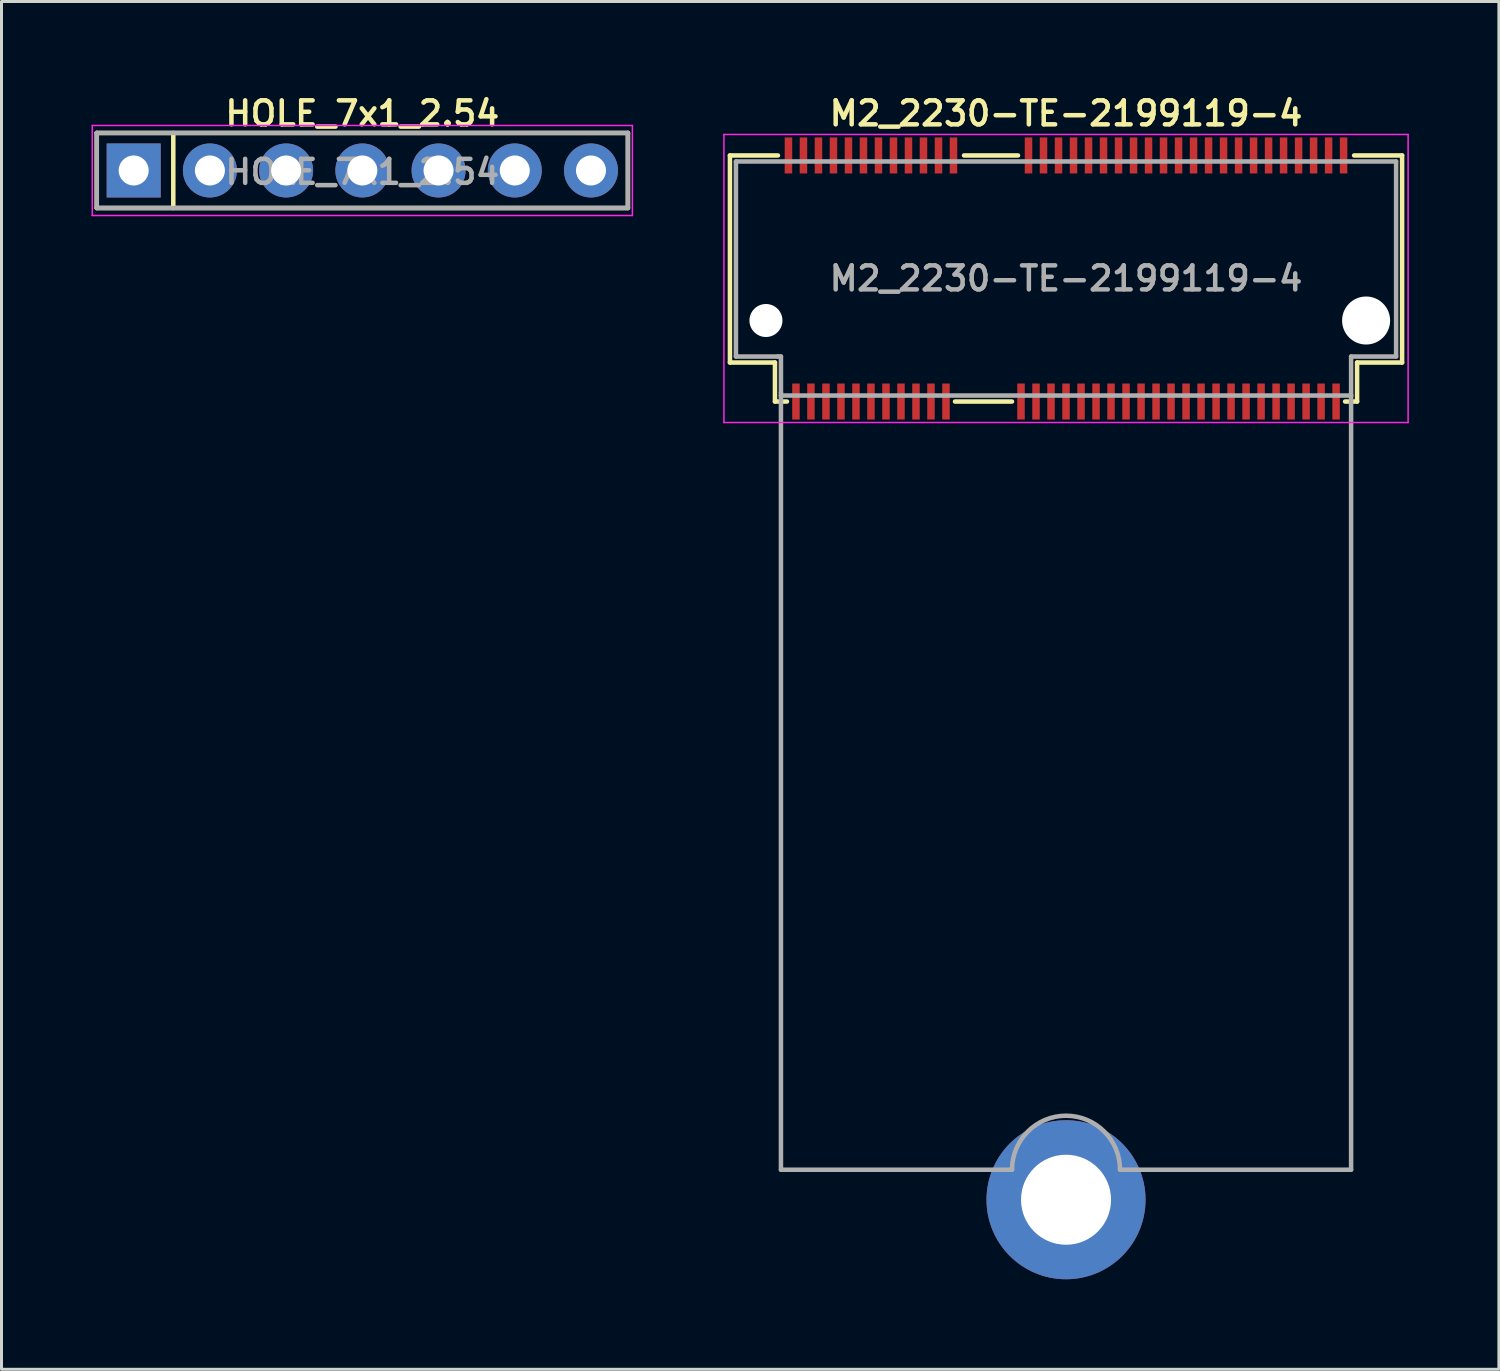
<source format=kicad_pcb>
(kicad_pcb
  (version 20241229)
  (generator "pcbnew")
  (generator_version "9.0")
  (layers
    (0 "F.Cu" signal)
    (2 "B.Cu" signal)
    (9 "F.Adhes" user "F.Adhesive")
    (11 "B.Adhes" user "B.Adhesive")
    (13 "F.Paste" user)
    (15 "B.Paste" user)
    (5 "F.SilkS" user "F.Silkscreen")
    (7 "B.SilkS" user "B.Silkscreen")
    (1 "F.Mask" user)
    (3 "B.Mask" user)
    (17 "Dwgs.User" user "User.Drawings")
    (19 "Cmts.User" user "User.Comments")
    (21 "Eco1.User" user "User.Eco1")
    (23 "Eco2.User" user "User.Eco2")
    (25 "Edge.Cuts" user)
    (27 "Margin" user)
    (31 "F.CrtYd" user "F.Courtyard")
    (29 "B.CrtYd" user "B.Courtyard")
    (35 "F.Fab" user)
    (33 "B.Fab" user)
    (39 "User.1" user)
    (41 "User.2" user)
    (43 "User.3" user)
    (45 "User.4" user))
  (footprint "HOLE_7x1_2.54"
    (layer "F.Cu")
    (at 9.025 2.631)
    (property "Reference" "HOLE_7x1_2.54" (at 0 -1.9 0) (layer "F.SilkS") (effects (font (size 0.8 0.8) (thickness 0.15))))
    (attr through_hole)
    (fp_line (start -8.85 -1.25) (end 8.85 -1.25) (stroke (width 0.15) (type solid)) (layer "F.SilkS"))
    (fp_line (start -8.85 1.25) (end -8.85 -1.25) (stroke (width 0.15) (type solid)) (layer "F.SilkS"))
    (fp_line (start -6.3 -1.25) (end -6.3 1.25) (stroke (width 0.15) (type solid)) (layer "F.SilkS"))
    (fp_line (start 8.85 -1.25) (end 8.85 1.25) (stroke (width 0.15) (type solid)) (layer "F.SilkS"))
    (fp_line (start 8.85 1.25) (end -8.85 1.25) (stroke (width 0.15) (type solid)) (layer "F.SilkS"))
    (fp_line (start -9 -1.5) (end 9 -1.5) (stroke (width 0.05) (type solid)) (layer "F.CrtYd"))
    (fp_line (start -9 1.5) (end -9 -1.5) (stroke (width 0.05) (type solid)) (layer "F.CrtYd"))
    (fp_line (start 9 -1.5) (end 9 1.5) (stroke (width 0.05) (type solid)) (layer "F.CrtYd"))
    (fp_line (start 9 1.5) (end -9 1.5) (stroke (width 0.05) (type solid)) (layer "F.CrtYd"))
    (fp_line (start -8.85 -1.25) (end 8.85 -1.25) (stroke (width 0.15) (type solid)) (layer "F.Fab"))
    (fp_line (start -8.85 1.25) (end -8.85 -1.25) (stroke (width 0.15) (type solid)) (layer "F.Fab"))
    (fp_line (start 8.85 -1.25) (end 8.85 1.25) (stroke (width 0.15) (type solid)) (layer "F.Fab"))
    (fp_line (start 8.85 1.25) (end -8.85 1.25) (stroke (width 0.15) (type solid)) (layer "F.Fab"))
    (fp_text user "${REFERENCE}" (at 0 0.05 0) (layer "F.Fab") (effects (font (size 0.8 0.8) (thickness 0.15))))
    (pad "1" thru_hole rect (at -7.62 0) (size 1.8 1.8) (drill 1) (layers "*.Cu" "*.Mask"))
    (pad "2" thru_hole circle (at -5.08 0) (size 1.8 1.8) (drill 1) (layers "*.Cu" "*.Mask"))
    (pad "3" thru_hole circle (at -2.54 0) (size 1.8 1.8) (drill 1) (layers "*.Cu" "*.Mask"))
    (pad "4" thru_hole circle (at 0 0) (size 1.8 1.8) (drill 1) (layers "*.Cu" "*.Mask"))
    (pad "5" thru_hole circle (at 2.54 0) (size 1.8 1.8) (drill 1) (layers "*.Cu" "*.Mask"))
    (pad "6" thru_hole circle (at 5.08 0) (size 1.8 1.8) (drill 1) (layers "*.Cu" "*.Mask"))
    (pad "7" thru_hole circle (at 7.62 0) (size 1.8 1.8) (drill 1) (layers "*.Cu" "*.Mask")))
  (footprint "M2_2230-TE-2199119-4"
    (layer "F.Cu")
    (at 32.475 6.231)
    (property "Reference" "M2_2230-TE-2199119-4" (at 0 -5.5 0) (layer "F.SilkS") (effects (font (size 0.8 0.8) (thickness 0.15))))
    (attr through_hole)
    (fp_line (start -11.2 -4.1) (end -11.2 2.8) (stroke (width 0.15) (type solid)) (layer "F.SilkS"))
    (fp_line (start -11.2 -4.1) (end -9.6 -4.1) (stroke (width 0.15) (type solid)) (layer "F.SilkS"))
    (fp_line (start -11.2 2.8) (end -9.7 2.8) (stroke (width 0.15) (type solid)) (layer "F.SilkS"))
    (fp_line (start -9.7 2.8) (end -9.7 4.1) (stroke (width 0.15) (type solid)) (layer "F.SilkS"))
    (fp_line (start -9.7 4.1) (end -9.3 4.1) (stroke (width 0.15) (type solid)) (layer "F.SilkS"))
    (fp_line (start -3.7 4.1) (end -1.8 4.1) (stroke (width 0.15) (type solid)) (layer "F.SilkS"))
    (fp_line (start -1.6 -4.1) (end -3.4 -4.1) (stroke (width 0.15) (type solid)) (layer "F.SilkS"))
    (fp_line (start 9.3 4.1) (end 9.7 4.1) (stroke (width 0.15) (type solid)) (layer "F.SilkS"))
    (fp_line (start 9.7 2.8) (end 9.7 4.1) (stroke (width 0.15) (type solid)) (layer "F.SilkS"))
    (fp_line (start 9.7 2.8) (end 11.2 2.8) (stroke (width 0.15) (type solid)) (layer "F.SilkS"))
    (fp_line (start 11.2 -4.1) (end 9.6 -4.1) (stroke (width 0.15) (type solid)) (layer "F.SilkS"))
    (fp_line (start 11.2 2.8) (end 11.2 -4.1) (stroke (width 0.15) (type solid)) (layer "F.SilkS"))
    (fp_line (start -11.4 -4.8) (end -11.4 4.8) (stroke (width 0.05) (type solid)) (layer "F.CrtYd"))
    (fp_line (start -11.4 4.8) (end 11.4 4.8) (stroke (width 0.05) (type solid)) (layer "F.CrtYd"))
    (fp_line (start 11.4 -4.8) (end -11.4 -4.8) (stroke (width 0.05) (type solid)) (layer "F.CrtYd"))
    (fp_line (start 11.4 4.8) (end 11.4 -4.8) (stroke (width 0.05) (type solid)) (layer "F.CrtYd"))
    (fp_line (start -11 -3.9) (end 11 -3.9) (stroke (width 0.15) (type solid)) (layer "F.Fab"))
    (fp_line (start -11 2.6) (end -11 -3.9) (stroke (width 0.15) (type solid)) (layer "F.Fab"))
    (fp_line (start -11 2.6) (end -9.6 2.6) (stroke (width 0.15) (type solid)) (layer "F.Fab"))
    (fp_line (start -9.6 2.6) (end -9.5 2.6) (stroke (width 0.15) (type solid)) (layer "F.Fab"))
    (fp_line (start -9.5 2.6) (end -9.5 3.8) (stroke (width 0.15) (type solid)) (layer "F.Fab"))
    (fp_line (start -9.5 3.8) (end -9.5 3.9) (stroke (width 0.15) (type solid)) (layer "F.Fab"))
    (fp_line (start -9.5 3.9) (end -9.5 29.7) (stroke (width 0.15) (type solid)) (layer "F.Fab"))
    (fp_line (start -1.8 29.7) (end -9.5 29.7) (stroke (width 0.15) (type solid)) (layer "F.Fab"))
    (fp_line (start 1.8 29.7) (end 9.5 29.7) (stroke (width 0.15) (type solid)) (layer "F.Fab"))
    (fp_line (start 9.5 2.6) (end 9.5 3.9) (stroke (width 0.15) (type solid)) (layer "F.Fab"))
    (fp_line (start 9.5 3.9) (end -9.5 3.9) (stroke (width 0.15) (type solid)) (layer "F.Fab"))
    (fp_line (start 9.5 29.7) (end 9.5 3.9) (stroke (width 0.15) (type solid)) (layer "F.Fab"))
    (fp_line (start 11 -3.9) (end 11 2.6) (stroke (width 0.15) (type solid)) (layer "F.Fab"))
    (fp_line (start 11 2.6) (end 9.5 2.6) (stroke (width 0.15) (type solid)) (layer "F.Fab"))
    (fp_arc (start -1.8 29.7) (mid 0 27.9) (end 1.8 29.7) (stroke (width 0.15) (type solid)) (layer "F.Fab"))
    (fp_text user "${REFERENCE}" (at 0 0 0) (layer "F.Fab") (effects (font (size 0.8 0.8) (thickness 0.15))))
    (pad "" np_thru_hole circle (at -10 1.4) (size 1.1 1.1) (drill 1.1) (layers "*.Cu" "*.Mask"))
    (pad "" thru_hole circle (at 0 30.7) (size 5.3 5.3) (drill 3) (layers "*.Cu" "*.Mask"))
    (pad "" np_thru_hole circle (at 10 1.4) (size 1.6 1.6) (drill 1.6) (layers "*.Cu" "*.Mask"))
    (pad "1" smd rect (at -9.25 -4.1) (size 0.25 1.2) (layers "F.Cu" "F.Mask" "F.Paste"))
    (pad "2" smd rect (at -9 4.1) (size 0.25 1.2) (layers "F.Cu" "F.Mask" "F.Paste"))
    (pad "3" smd rect (at -8.75 -4.1) (size 0.25 1.2) (layers "F.Cu" "F.Mask" "F.Paste"))
    (pad "4" smd rect (at -8.5 4.1) (size 0.25 1.2) (layers "F.Cu" "F.Mask" "F.Paste"))
    (pad "5" smd rect (at -8.25 -4.1) (size 0.25 1.2) (layers "F.Cu" "F.Mask" "F.Paste"))
    (pad "6" smd rect (at -8 4.1) (size 0.25 1.2) (layers "F.Cu" "F.Mask" "F.Paste"))
    (pad "7" smd rect (at -7.75 -4.1) (size 0.25 1.2) (layers "F.Cu" "F.Mask" "F.Paste"))
    (pad "8" smd rect (at -7.5 4.1) (size 0.25 1.2) (layers "F.Cu" "F.Mask" "F.Paste"))
    (pad "9" smd rect (at -7.25 -4.1) (size 0.25 1.2) (layers "F.Cu" "F.Mask" "F.Paste"))
    (pad "10" smd rect (at -7 4.1) (size 0.25 1.2) (layers "F.Cu" "F.Mask" "F.Paste"))
    (pad "11" smd rect (at -6.75 -4.1) (size 0.25 1.2) (layers "F.Cu" "F.Mask" "F.Paste"))
    (pad "12" smd rect (at -6.5 4.1) (size 0.25 1.2) (layers "F.Cu" "F.Mask" "F.Paste"))
    (pad "13" smd rect (at -6.25 -4.1) (size 0.25 1.2) (layers "F.Cu" "F.Mask" "F.Paste"))
    (pad "14" smd rect (at -6 4.1) (size 0.25 1.2) (layers "F.Cu" "F.Mask" "F.Paste"))
    (pad "15" smd rect (at -5.75 -4.1) (size 0.25 1.2) (layers "F.Cu" "F.Mask" "F.Paste"))
    (pad "16" smd rect (at -5.5 4.1) (size 0.25 1.2) (layers "F.Cu" "F.Mask" "F.Paste"))
    (pad "17" smd rect (at -5.25 -4.1) (size 0.25 1.2) (layers "F.Cu" "F.Mask" "F.Paste"))
    (pad "18" smd rect (at -5 4.1) (size 0.25 1.2) (layers "F.Cu" "F.Mask" "F.Paste"))
    (pad "19" smd rect (at -4.75 -4.1) (size 0.25 1.2) (layers "F.Cu" "F.Mask" "F.Paste"))
    (pad "20" smd rect (at -4.5 4.1) (size 0.25 1.2) (layers "F.Cu" "F.Mask" "F.Paste"))
    (pad "21" smd rect (at -4.25 -4.1) (size 0.25 1.2) (layers "F.Cu" "F.Mask" "F.Paste"))
    (pad "22" smd rect (at -4 4.1) (size 0.25 1.2) (layers "F.Cu" "F.Mask" "F.Paste"))
    (pad "23" smd rect (at -3.75 -4.1) (size 0.25 1.2) (layers "F.Cu" "F.Mask" "F.Paste"))
    (pad "32" smd rect (at -1.5 4.1) (size 0.25 1.2) (layers "F.Cu" "F.Mask" "F.Paste"))
    (pad "33" smd rect (at -1.25 -4.1) (size 0.25 1.2) (layers "F.Cu" "F.Mask" "F.Paste"))
    (pad "34" smd rect (at -1 4.1) (size 0.25 1.2) (layers "F.Cu" "F.Mask" "F.Paste"))
    (pad "35" smd rect (at -0.75 -4.1) (size 0.25 1.2) (layers "F.Cu" "F.Mask" "F.Paste"))
    (pad "36" smd rect (at -0.5 4.1) (size 0.25 1.2) (layers "F.Cu" "F.Mask" "F.Paste"))
    (pad "37" smd rect (at -0.25 -4.1) (size 0.25 1.2) (layers "F.Cu" "F.Mask" "F.Paste"))
    (pad "38" smd rect (at 0 4.1) (size 0.25 1.2) (layers "F.Cu" "F.Mask" "F.Paste"))
    (pad "39" smd rect (at 0.25 -4.1) (size 0.25 1.2) (layers "F.Cu" "F.Mask" "F.Paste"))
    (pad "40" smd rect (at 0.5 4.1) (size 0.25 1.2) (layers "F.Cu" "F.Mask" "F.Paste"))
    (pad "41" smd rect (at 0.75 -4.1) (size 0.25 1.2) (layers "F.Cu" "F.Mask" "F.Paste"))
    (pad "42" smd rect (at 1 4.1) (size 0.25 1.2) (layers "F.Cu" "F.Mask" "F.Paste"))
    (pad "43" smd rect (at 1.25 -4.1) (size 0.25 1.2) (layers "F.Cu" "F.Mask" "F.Paste"))
    (pad "44" smd rect (at 1.5 4.1) (size 0.25 1.2) (layers "F.Cu" "F.Mask" "F.Paste"))
    (pad "45" smd rect (at 1.75 -4.1) (size 0.25 1.2) (layers "F.Cu" "F.Mask" "F.Paste"))
    (pad "46" smd rect (at 2 4.1) (size 0.25 1.2) (layers "F.Cu" "F.Mask" "F.Paste"))
    (pad "47" smd rect (at 2.25 -4.1) (size 0.25 1.2) (layers "F.Cu" "F.Mask" "F.Paste"))
    (pad "48" smd rect (at 2.5 4.1) (size 0.25 1.2) (layers "F.Cu" "F.Mask" "F.Paste"))
    (pad "49" smd rect (at 2.75 -4.1) (size 0.25 1.2) (layers "F.Cu" "F.Mask" "F.Paste"))
    (pad "50" smd rect (at 3 4.1) (size 0.25 1.2) (layers "F.Cu" "F.Mask" "F.Paste"))
    (pad "51" smd rect (at 3.25 -4.1) (size 0.25 1.2) (layers "F.Cu" "F.Mask" "F.Paste"))
    (pad "52" smd rect (at 3.5 4.1) (size 0.25 1.2) (layers "F.Cu" "F.Mask" "F.Paste"))
    (pad "53" smd rect (at 3.75 -4.1) (size 0.25 1.2) (layers "F.Cu" "F.Mask" "F.Paste"))
    (pad "54" smd rect (at 4 4.1) (size 0.25 1.2) (layers "F.Cu" "F.Mask" "F.Paste"))
    (pad "55" smd rect (at 4.25 -4.1) (size 0.25 1.2) (layers "F.Cu" "F.Mask" "F.Paste"))
    (pad "56" smd rect (at 4.5 4.1) (size 0.25 1.2) (layers "F.Cu" "F.Mask" "F.Paste"))
    (pad "57" smd rect (at 4.75 -4.1) (size 0.25 1.2) (layers "F.Cu" "F.Mask" "F.Paste"))
    (pad "58" smd rect (at 5 4.1) (size 0.25 1.2) (layers "F.Cu" "F.Mask" "F.Paste"))
    (pad "59" smd rect (at 5.25 -4.1) (size 0.25 1.2) (layers "F.Cu" "F.Mask" "F.Paste"))
    (pad "60" smd rect (at 5.5 4.1) (size 0.25 1.2) (layers "F.Cu" "F.Mask" "F.Paste"))
    (pad "61" smd rect (at 5.75 -4.1) (size 0.25 1.2) (layers "F.Cu" "F.Mask" "F.Paste"))
    (pad "62" smd rect (at 6 4.1) (size 0.25 1.2) (layers "F.Cu" "F.Mask" "F.Paste"))
    (pad "63" smd rect (at 6.25 -4.1) (size 0.25 1.2) (layers "F.Cu" "F.Mask" "F.Paste"))
    (pad "64" smd rect (at 6.5 4.1) (size 0.25 1.2) (layers "F.Cu" "F.Mask" "F.Paste"))
    (pad "65" smd rect (at 6.75 -4.1) (size 0.25 1.2) (layers "F.Cu" "F.Mask" "F.Paste"))
    (pad "66" smd rect (at 7 4.1) (size 0.25 1.2) (layers "F.Cu" "F.Mask" "F.Paste"))
    (pad "67" smd rect (at 7.25 -4.1) (size 0.25 1.2) (layers "F.Cu" "F.Mask" "F.Paste"))
    (pad "68" smd rect (at 7.5 4.1) (size 0.25 1.2) (layers "F.Cu" "F.Mask" "F.Paste"))
    (pad "69" smd rect (at 7.75 -4.1) (size 0.25 1.2) (layers "F.Cu" "F.Mask" "F.Paste"))
    (pad "70" smd rect (at 8 4.1) (size 0.25 1.2) (layers "F.Cu" "F.Mask" "F.Paste"))
    (pad "71" smd rect (at 8.25 -4.1) (size 0.25 1.2) (layers "F.Cu" "F.Mask" "F.Paste"))
    (pad "72" smd rect (at 8.5 4.1) (size 0.25 1.2) (layers "F.Cu" "F.Mask" "F.Paste"))
    (pad "73" smd rect (at 8.75 -4.1) (size 0.25 1.2) (layers "F.Cu" "F.Mask" "F.Paste"))
    (pad "74" smd rect (at 9 4.1) (size 0.25 1.2) (layers "F.Cu" "F.Mask" "F.Paste"))
    (pad "75" smd rect (at 9.25 -4.1) (size 0.25 1.2) (layers "F.Cu" "F.Mask" "F.Paste")))
  (gr_rect
    (start -3 -3)
    (end 46.9 42.581)
    (stroke (width 0.1) (type default))
    (fill no)
    (layer "Edge.Cuts")))
</source>
